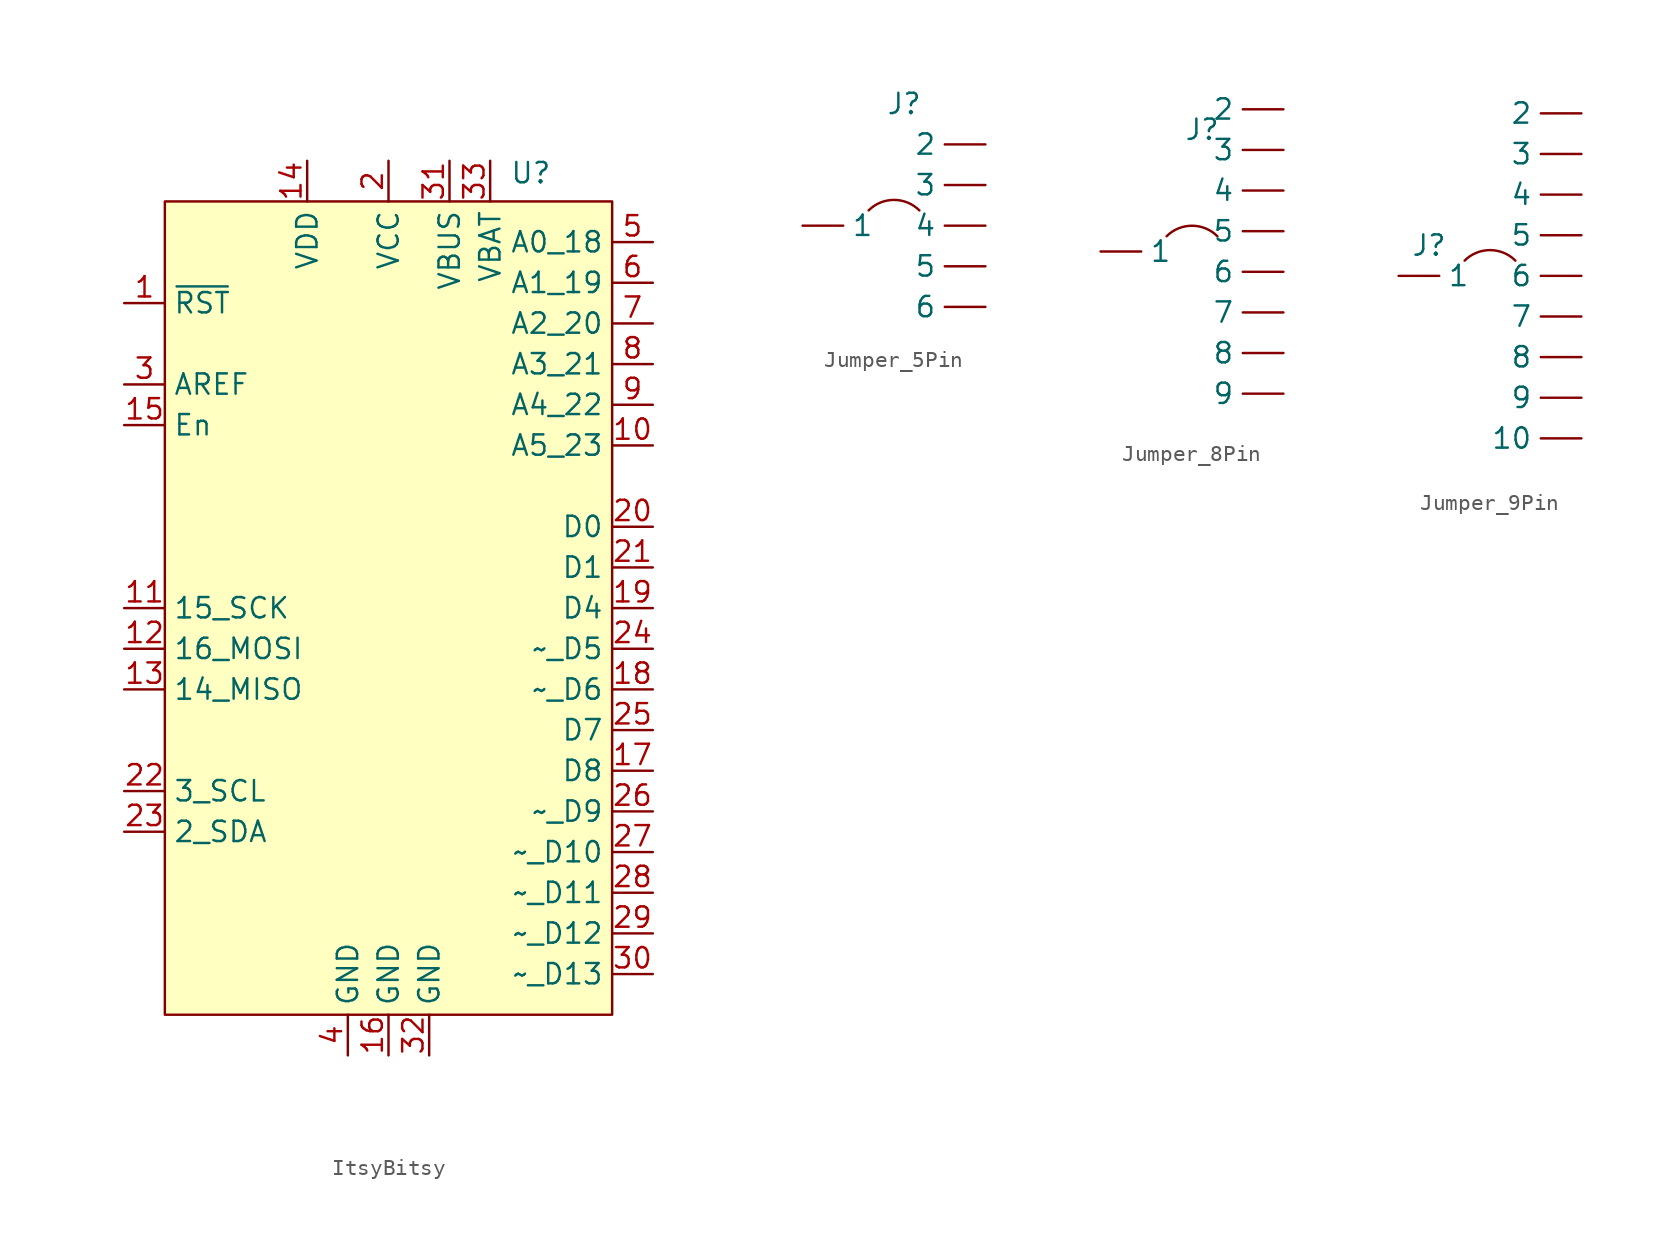
<source format=kicad_sym>
(kicad_symbol_lib
  (version 20241209)
  (generator "kicad_symbol_editor")
  (generator_version "9.0")
  (symbol "ItsyBitsy"
    (property "Reference" "U"
      (at 8.89 24.638 0)
      (effects (font (size 1.27 1.27))))
    (property "Value" ""
      (at -7.62 20.32 0)
      (effects (font (size 1.27 1.27))))
    (symbol "ItsyBitsy_1_1"
      (rectangle (start -13.97 22.86) (end 13.97 -27.94) (stroke (width 0) (type default)) (fill (type background)))
      (pin input line (at -16.51 16.51 0) (length 2.54) (name "~{RST}" (effects (font (size 1.27 1.27)))) (number "1" (effects (font (size 1.27 1.27)))))
      (pin input line (at -16.51 11.43 0) (length 2.54) (name "AREF" (effects (font (size 1.27 1.27)))) (number "3" (effects (font (size 1.27 1.27)))))
      (pin input line (at -16.51 8.89 0) (length 2.54) (name "En" (effects (font (size 1.27 1.27)))) (number "15" (effects (font (size 1.27 1.27)))))
      (pin output line (at -16.51 -2.54 0) (length 2.54) (name "15_SCK" (effects (font (size 1.27 1.27)))) (number "11" (effects (font (size 1.27 1.27)))))
      (pin output line (at -16.51 -5.08 0) (length 2.54) (name "16_MOSI" (effects (font (size 1.27 1.27)))) (number "12" (effects (font (size 1.27 1.27)))))
      (pin input line (at -16.51 -7.62 0) (length 2.54) (name "14_MISO" (effects (font (size 1.27 1.27)))) (number "13" (effects (font (size 1.27 1.27)))))
      (pin output line (at -16.51 -13.97 0) (length 2.54) (name "3_SCL" (effects (font (size 1.27 1.27)))) (number "22" (effects (font (size 1.27 1.27)))))
      (pin bidirectional line (at -16.51 -16.51 0) (length 2.54) (name "2_SDA" (effects (font (size 1.27 1.27)))) (number "23" (effects (font (size 1.27 1.27)))))
      (pin passive line (at -5.08 25.4 270) (length 2.54) (name "VDD" (effects (font (size 1.27 1.27)))) (number "14" (effects (font (size 1.27 1.27)))))
      (pin passive line (at -2.54 -30.48 90) (length 2.54) (name "GND" (effects (font (size 1.27 1.27)))) (number "4" (effects (font (size 1.27 1.27)))))
      (pin passive line (at 0 25.4 270) (length 2.54) (name "VCC" (effects (font (size 1.27 1.27)))) (number "2" (effects (font (size 1.27 1.27)))))
      (pin passive line (at 0 -30.48 90) (length 2.54) (name "GND" (effects (font (size 1.27 1.27)))) (number "16" (effects (font (size 1.27 1.27)))))
      (pin passive line (at 2.54 -30.48 90) (length 2.54) (name "GND" (effects (font (size 1.27 1.27)))) (number "32" (effects (font (size 1.27 1.27)))))
      (pin passive line (at 3.81 25.4 270) (length 2.54) (name "VBUS" (effects (font (size 1.27 1.27)))) (number "31" (effects (font (size 1.27 1.27)))))
      (pin passive line (at 6.35 25.4 270) (length 2.54) (name "VBAT" (effects (font (size 1.27 1.27)))) (number "33" (effects (font (size 1.27 1.27)))))
      (pin bidirectional line (at 16.51 20.32 180) (length 2.54) (name "A0_18" (effects (font (size 1.27 1.27)))) (number "5" (effects (font (size 1.27 1.27)))))
      (pin bidirectional line (at 16.51 17.78 180) (length 2.54) (name "A1_19" (effects (font (size 1.27 1.27)))) (number "6" (effects (font (size 1.27 1.27)))))
      (pin bidirectional line (at 16.51 15.24 180) (length 2.54) (name "A2_20" (effects (font (size 1.27 1.27)))) (number "7" (effects (font (size 1.27 1.27)))))
      (pin bidirectional line (at 16.51 12.7 180) (length 2.54) (name "A3_21" (effects (font (size 1.27 1.27)))) (number "8" (effects (font (size 1.27 1.27)))))
      (pin bidirectional line (at 16.51 10.16 180) (length 2.54) (name "A4_22" (effects (font (size 1.27 1.27)))) (number "9" (effects (font (size 1.27 1.27)))))
      (pin bidirectional line (at 16.51 7.62 180) (length 2.54) (name "A5_23" (effects (font (size 1.27 1.27)))) (number "10" (effects (font (size 1.27 1.27)))))
      (pin bidirectional line (at 16.51 2.54 180) (length 2.54) (name "D0" (effects (font (size 1.27 1.27)))) (number "20" (effects (font (size 1.27 1.27)))))
      (pin bidirectional line (at 16.51 0 180) (length 2.54) (name "D1" (effects (font (size 1.27 1.27)))) (number "21" (effects (font (size 1.27 1.27)))))
      (pin bidirectional line (at 16.51 -2.54 180) (length 2.54) (name "D4" (effects (font (size 1.27 1.27)))) (number "19" (effects (font (size 1.27 1.27)))))
      (pin bidirectional line (at 16.51 -5.08 180) (length 2.54) (name "~_D5" (effects (font (size 1.27 1.27)))) (number "24" (effects (font (size 1.27 1.27)))))
      (pin bidirectional line (at 16.51 -7.62 180) (length 2.54) (name "~_D6" (effects (font (size 1.27 1.27)))) (number "18" (effects (font (size 1.27 1.27)))))
      (pin bidirectional line (at 16.51 -10.16 180) (length 2.54) (name "D7" (effects (font (size 1.27 1.27)))) (number "25" (effects (font (size 1.27 1.27)))))
      (pin bidirectional line (at 16.51 -12.7 180) (length 2.54) (name "D8" (effects (font (size 1.27 1.27)))) (number "17" (effects (font (size 1.27 1.27)))))
      (pin bidirectional line (at 16.51 -15.24 180) (length 2.54) (name "~_D9" (effects (font (size 1.27 1.27)))) (number "26" (effects (font (size 1.27 1.27)))))
      (pin bidirectional line (at 16.51 -17.78 180) (length 2.54) (name "~_D10" (effects (font (size 1.27 1.27)))) (number "27" (effects (font (size 1.27 1.27)))))
      (pin bidirectional line (at 16.51 -20.32 180) (length 2.54) (name "~_D11" (effects (font (size 1.27 1.27)))) (number "28" (effects (font (size 1.27 1.27)))))
      (pin bidirectional line (at 16.51 -22.86 180) (length 2.54) (name "~_D12" (effects (font (size 1.27 1.27)))) (number "29" (effects (font (size 1.27 1.27)))))
      (pin bidirectional line (at 16.51 -25.4 180) (length 2.54) (name "~_D13" (effects (font (size 1.27 1.27)))) (number "30" (effects (font (size 1.27 1.27)))))))
  (symbol "Jumper_5Pin"
    (pin_numbers
      (hide yes))
    (property "Reference" "J"
      (at 0 0 0)
      (effects (font (size 1.27 1.27))))
    (property "Value" ""
      (at 0 0 0)
      (effects (font (size 1.27 1.27))))
    (symbol "Jumper_5Pin_0_1"
      (arc (start -2.2225 -6.6674) (mid -0.635 -6.0099) (end 0.9525 -6.6674) (stroke (width 0) (type default)) (fill (type none))))
    (symbol "Jumper_5Pin_1_1"
      (pin passive line (at -6.35 -7.62 0) (length 2.54) (name "1" (effects (font (size 1.27 1.27)))) (number "1" (effects (font (size 1.27 1.27)))))
      (pin passive line (at 5.08 -2.54 180) (length 2.54) (name "2" (effects (font (size 1.27 1.27)))) (number "2" (effects (font (size 1.27 1.27)))))
      (pin passive line (at 5.08 -5.08 180) (length 2.54) (name "3" (effects (font (size 1.27 1.27)))) (number "3" (effects (font (size 1.27 1.27)))))
      (pin passive line (at 5.08 -7.62 180) (length 2.54) (name "4" (effects (font (size 1.27 1.27)))) (number "4" (effects (font (size 1.27 1.27)))))
      (pin passive line (at 5.08 -10.16 180) (length 2.54) (name "5" (effects (font (size 1.27 1.27)))) (number "5" (effects (font (size 1.27 1.27)))))
      (pin passive line (at 5.08 -12.7 180) (length 2.54) (name "6" (effects (font (size 1.27 1.27)))) (number "6" (effects (font (size 1.27 1.27)))))))
  (symbol "Jumper_8Pin"
    (pin_numbers
      (hide yes))
    (property "Reference" "J"
      (at 0 0 0)
      (effects (font (size 1.27 1.27))))
    (property "Value" ""
      (at 0 0 0)
      (effects (font (size 1.27 1.27))))
    (symbol "Jumper_8Pin_0_1"
      (arc (start -2.2225 -6.6674) (mid -0.635 -6.0099) (end 0.9525 -6.6674) (stroke (width 0) (type default)) (fill (type none))))
    (symbol "Jumper_8Pin_1_1"
      (pin passive line (at -6.35 -7.62 0) (length 2.54) (name "1" (effects (font (size 1.27 1.27)))) (number "1" (effects (font (size 1.27 1.27)))))
      (pin passive line (at 5.08 1.27 180) (length 2.54) (name "2" (effects (font (size 1.27 1.27)))) (number "2" (effects (font (size 1.27 1.27)))))
      (pin passive line (at 5.08 -1.27 180) (length 2.54) (name "3" (effects (font (size 1.27 1.27)))) (number "3" (effects (font (size 1.27 1.27)))))
      (pin passive line (at 5.08 -3.81 180) (length 2.54) (name "4" (effects (font (size 1.27 1.27)))) (number "4" (effects (font (size 1.27 1.27)))))
      (pin passive line (at 5.08 -6.35 180) (length 2.54) (name "5" (effects (font (size 1.27 1.27)))) (number "5" (effects (font (size 1.27 1.27)))))
      (pin passive line (at 5.08 -8.89 180) (length 2.54) (name "6" (effects (font (size 1.27 1.27)))) (number "6" (effects (font (size 1.27 1.27)))))
      (pin passive line (at 5.08 -11.43 180) (length 2.54) (name "7" (effects (font (size 1.27 1.27)))) (number "7" (effects (font (size 1.27 1.27)))))
      (pin passive line (at 5.08 -13.97 180) (length 2.54) (name "8" (effects (font (size 1.27 1.27)))) (number "8" (effects (font (size 1.27 1.27)))))
      (pin passive line (at 5.08 -16.51 180) (length 2.54) (name "9" (effects (font (size 1.27 1.27)))) (number "9" (effects (font (size 1.27 1.27)))))))
  (symbol "Jumper_9Pin"
    (pin_numbers
      (hide yes))
    (property "Reference" "J"
      (at -4.445 -5.715 0)
      (effects (font (size 1.27 1.27))))
    (property "Value" ""
      (at 0 0 0)
      (effects (font (size 1.27 1.27))))
    (symbol "Jumper_9Pin_0_1"
      (arc (start -2.2225 -6.6674) (mid -0.635 -6.0099) (end 0.9525 -6.6674) (stroke (width 0) (type default)) (fill (type none))))
    (symbol "Jumper_9Pin_1_1"
      (pin passive line (at -6.35 -7.62 0) (length 2.54) (name "1" (effects (font (size 1.27 1.27)))) (number "1" (effects (font (size 1.27 1.27)))))
      (pin passive line (at 5.08 2.54 180) (length 2.54) (name "2" (effects (font (size 1.27 1.27)))) (number "2" (effects (font (size 1.27 1.27)))))
      (pin passive line (at 5.08 0 180) (length 2.54) (name "3" (effects (font (size 1.27 1.27)))) (number "3" (effects (font (size 1.27 1.27)))))
      (pin passive line (at 5.08 -2.54 180) (length 2.54) (name "4" (effects (font (size 1.27 1.27)))) (number "4" (effects (font (size 1.27 1.27)))))
      (pin passive line (at 5.08 -5.08 180) (length 2.54) (name "5" (effects (font (size 1.27 1.27)))) (number "5" (effects (font (size 1.27 1.27)))))
      (pin passive line (at 5.08 -7.62 180) (length 2.54) (name "6" (effects (font (size 1.27 1.27)))) (number "6" (effects (font (size 1.27 1.27)))))
      (pin passive line (at 5.08 -10.16 180) (length 2.54) (name "7" (effects (font (size 1.27 1.27)))) (number "7" (effects (font (size 1.27 1.27)))))
      (pin passive line (at 5.08 -12.7 180) (length 2.54) (name "8" (effects (font (size 1.27 1.27)))) (number "8" (effects (font (size 1.27 1.27)))))
      (pin passive line (at 5.08 -15.24 180) (length 2.54) (name "9" (effects (font (size 1.27 1.27)))) (number "9" (effects (font (size 1.27 1.27)))))
      (pin passive line (at 5.08 -17.78 180) (length 2.54) (name "10" (effects (font (size 1.27 1.27)))) (number "10" (effects (font (size 1.27 1.27))))))))
</source>
